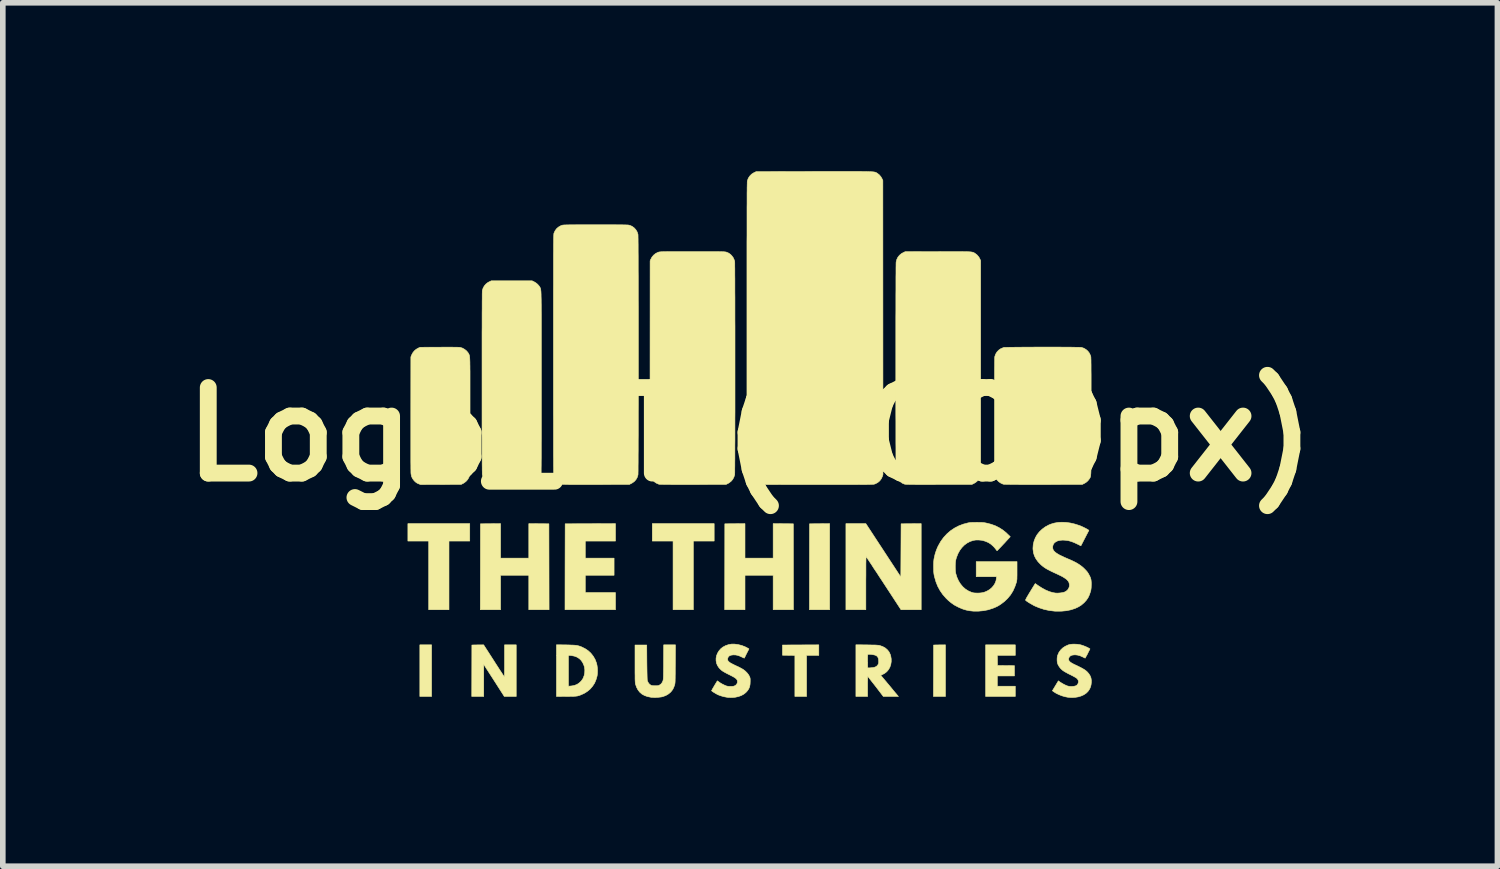
<source format=kicad_pcb>
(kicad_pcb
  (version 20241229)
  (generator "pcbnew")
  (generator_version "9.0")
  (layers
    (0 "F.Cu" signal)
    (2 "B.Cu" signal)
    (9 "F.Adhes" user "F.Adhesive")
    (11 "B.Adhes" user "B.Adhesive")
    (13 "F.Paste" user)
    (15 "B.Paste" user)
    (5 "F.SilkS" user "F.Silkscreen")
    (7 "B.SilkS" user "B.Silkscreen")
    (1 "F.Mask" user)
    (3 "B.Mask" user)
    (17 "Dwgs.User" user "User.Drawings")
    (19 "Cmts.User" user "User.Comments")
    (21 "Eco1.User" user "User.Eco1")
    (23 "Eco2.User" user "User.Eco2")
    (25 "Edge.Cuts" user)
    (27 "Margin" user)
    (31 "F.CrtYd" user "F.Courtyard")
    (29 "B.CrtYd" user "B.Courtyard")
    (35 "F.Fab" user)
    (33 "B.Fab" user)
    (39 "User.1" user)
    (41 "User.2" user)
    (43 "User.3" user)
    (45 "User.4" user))
  (footprint "Logo_TTI(5000px)"
    (layer "F.Cu")
    (at 10.312 4.688)
    (property "Reference" "Logo_TTI(5000px)" (at 0 0 0) (layer "F.SilkS") (effects (font (size 1.524 1.524) (thickness 0.3))))
    (attr through_hole)
    (fp_poly (pts (xy -5.674 4.669) (xy -5.883 4.669) (xy -5.883 3.749) (xy -5.674 3.749) (xy -5.674 4.669)) (stroke (width 0.01) (type solid)) (fill yes) (layer "F.SilkS"))
    (fp_poly (pts (xy 1.417 3.124) (xy 1.057 3.124) (xy 1.058 2.358) (xy 1.059 1.593) (xy 1.417 1.59) (xy 1.417 3.124)) (stroke (width 0.01) (type solid)) (fill yes) (layer "F.SilkS"))
    (fp_poly (pts (xy 3.48 4.669) (xy 3.266 4.669) (xy 3.268 4.21) (xy 3.269 3.752) (xy 3.374 3.75) (xy 3.48 3.749) (xy 3.48 4.669)) (stroke (width 0.01) (type solid)) (fill yes) (layer "F.SilkS"))
    (fp_poly (pts (xy -4.994 1.9) (xy -5.364 1.9) (xy -5.364 3.124) (xy -5.725 3.124) (xy -5.725 1.9) (xy -6.096 1.9) (xy -6.096 1.59) (xy -4.994 1.59) (xy -4.994 1.9)) (stroke (width 0.01) (type solid)) (fill yes) (layer "F.SilkS"))
    (fp_poly (pts (xy -0.64 1.9) (xy -1.011 1.9) (xy -1.011 3.124) (xy -1.372 3.124) (xy -1.372 1.9) (xy -1.742 1.9) (xy -1.742 1.59) (xy -0.64 1.59) (xy -0.64 1.9)) (stroke (width 0.01) (type solid)) (fill yes) (layer "F.SilkS"))
    (fp_poly (pts (xy 1.224 3.937) (xy 1.006 3.937) (xy 1.006 4.669) (xy 0.798 4.669) (xy 0.798 3.937) (xy 0.577 3.934) (xy 0.577 3.752) (xy 1.224 3.749) (xy 1.224 3.937)) (stroke (width 0.01) (type solid)) (fill yes) (layer "F.SilkS"))
    (fp_poly (pts (xy -3.584 1.593) (xy -3.581 3.124) (xy -3.942 3.124) (xy -3.942 2.51) (xy -4.445 2.51) (xy -4.445 3.124) (xy -4.806 3.124) (xy -4.804 2.358) (xy -4.803 1.593) (xy -4.445 1.59) (xy -4.445 2.205) (xy -3.942 2.205) (xy -3.942 1.59) (xy -3.584 1.593)) (stroke (width 0.01) (type solid)) (fill yes) (layer "F.SilkS"))
    (fp_poly (pts (xy -2.398 1.9) (xy -2.936 1.9) (xy -2.936 2.205) (xy -2.423 2.205) (xy -2.423 2.51) (xy -2.936 2.51) (xy -2.936 2.819) (xy -2.398 2.819) (xy -2.398 3.124) (xy -3.297 3.124) (xy -3.296 2.358) (xy -3.294 1.593) (xy -2.398 1.59) (xy -2.398 1.9)) (stroke (width 0.01) (type solid)) (fill yes) (layer "F.SilkS"))
    (fp_poly (pts (xy 0.77 1.593) (xy 0.772 3.124) (xy 0.411 3.124) (xy 0.411 2.51) (xy -0.091 2.51) (xy -0.091 3.124) (xy -0.452 3.124) (xy -0.451 2.358) (xy -0.45 1.593) (xy -0.091 1.59) (xy -0.091 2.205) (xy 0.411 2.205) (xy 0.411 1.59) (xy 0.77 1.593)) (stroke (width 0.01) (type solid)) (fill yes) (layer "F.SilkS"))
    (fp_poly (pts (xy 4.724 3.937) (xy 4.404 3.937) (xy 4.406 4.027) (xy 4.407 4.117) (xy 4.558 4.119) (xy 4.709 4.12) (xy 4.709 4.303) (xy 4.404 4.303) (xy 4.404 4.486) (xy 4.724 4.486) (xy 4.724 4.669) (xy 4.196 4.669) (xy 4.196 3.749) (xy 4.724 3.749) (xy 4.724 3.937)) (stroke (width 0.01) (type solid)) (fill yes) (layer "F.SilkS"))
    (fp_poly (pts (xy -4.564 4.033) (xy -4.533 4.082) (xy -4.503 4.128) (xy -4.476 4.17) (xy -4.451 4.209) (xy -4.428 4.243) (xy -4.41 4.271) (xy -4.395 4.293) (xy -4.384 4.309) (xy -4.379 4.317) (xy -4.378 4.318) (xy -4.377 4.313) (xy -4.376 4.299) (xy -4.376 4.276) (xy -4.375 4.246) (xy -4.375 4.21) (xy -4.374 4.168) (xy -4.374 4.121) (xy -4.374 4.07) (xy -4.374 4.034) (xy -4.374 3.749) (xy -4.166 3.749) (xy -4.166 4.669) (xy -4.378 4.669) (xy -4.561 4.383) (xy -4.745 4.098) (xy -4.745 4.669) (xy -4.958 4.669) (xy -4.957 4.21) (xy -4.956 3.752) (xy -4.851 3.75) (xy -4.747 3.749) (xy -4.564 4.033)) (stroke (width 0.01) (type solid)) (fill yes) (layer "F.SilkS"))
    (fp_poly (pts (xy 3.048 3.124) (xy 2.689 3.124) (xy 2.383 2.656) (xy 2.342 2.593) (xy 2.302 2.533) (xy 2.265 2.475) (xy 2.229 2.422) (xy 2.196 2.372) (xy 2.167 2.326) (xy 2.14 2.286) (xy 2.117 2.251) (xy 2.098 2.223) (xy 2.084 2.201) (xy 2.074 2.186) (xy 2.07 2.18) (xy 2.069 2.18) (xy 2.068 2.18) (xy 2.067 2.183) (xy 2.066 2.19) (xy 2.065 2.201) (xy 2.065 2.217) (xy 2.064 2.239) (xy 2.064 2.266) (xy 2.063 2.3) (xy 2.063 2.341) (xy 2.063 2.39) (xy 2.063 2.447) (xy 2.063 2.512) (xy 2.062 2.587) (xy 2.062 2.648) (xy 2.062 3.124) (xy 1.707 3.124) (xy 1.707 1.59) (xy 2.062 1.59) (xy 2.685 2.541) (xy 2.69 1.593) (xy 3.048 1.59) (xy 3.048 3.124)) (stroke (width 0.01) (type solid)) (fill yes) (layer "F.SilkS"))
    (fp_poly (pts (xy -3.283 3.75) (xy -3.231 3.751) (xy -3.187 3.753) (xy -3.151 3.754) (xy -3.121 3.756) (xy -3.095 3.759) (xy -3.073 3.763) (xy -3.053 3.768) (xy -3.034 3.774) (xy -3.014 3.781) (xy -3.002 3.786) (xy -2.939 3.817) (xy -2.883 3.855) (xy -2.835 3.9) (xy -2.794 3.952) (xy -2.761 4.009) (xy -2.737 4.072) (xy -2.735 4.077) (xy -2.726 4.118) (xy -2.72 4.165) (xy -2.718 4.214) (xy -2.72 4.261) (xy -2.725 4.303) (xy -2.744 4.369) (xy -2.77 4.431) (xy -2.806 4.486) (xy -2.848 4.535) (xy -2.899 4.578) (xy -2.956 4.614) (xy -3.019 4.642) (xy -3.046 4.652) (xy -3.059 4.655) (xy -3.069 4.658) (xy -3.08 4.661) (xy -3.092 4.662) (xy -3.107 4.664) (xy -3.125 4.665) (xy -3.148 4.666) (xy -3.177 4.666) (xy -3.214 4.667) (xy -3.26 4.667) (xy -3.27 4.667) (xy -3.449 4.669) (xy -3.449 4.486) (xy -3.236 4.486) (xy -3.197 4.483) (xy -3.171 4.48) (xy -3.144 4.475) (xy -3.124 4.47) (xy -3.081 4.453) (xy -3.042 4.426) (xy -3.007 4.393) (xy -2.98 4.354) (xy -2.974 4.343) (xy -2.956 4.297) (xy -2.946 4.247) (xy -2.944 4.195) (xy -2.951 4.145) (xy -2.959 4.118) (xy -2.98 4.069) (xy -3.008 4.027) (xy -3.042 3.994) (xy -3.083 3.968) (xy -3.131 3.95) (xy -3.184 3.94) (xy -3.193 3.939) (xy -3.236 3.936) (xy -3.236 4.486) (xy -3.449 4.486) (xy -3.449 3.748) (xy -3.283 3.75)) (stroke (width 0.01) (type solid)) (fill yes) (layer "F.SilkS"))
    (fp_poly (pts (xy -1.332 4.088) (xy -1.333 4.155) (xy -1.333 4.213) (xy -1.333 4.262) (xy -1.334 4.304) (xy -1.334 4.338) (xy -1.335 4.367) (xy -1.335 4.39) (xy -1.336 4.408) (xy -1.337 4.423) (xy -1.338 4.434) (xy -1.34 4.444) (xy -1.341 4.452) (xy -1.343 4.459) (xy -1.344 4.463) (xy -1.36 4.507) (xy -1.378 4.544) (xy -1.402 4.576) (xy -1.418 4.594) (xy -1.457 4.626) (xy -1.502 4.652) (xy -1.554 4.671) (xy -1.573 4.676) (xy -1.602 4.68) (xy -1.638 4.684) (xy -1.676 4.686) (xy -1.714 4.686) (xy -1.748 4.685) (xy -1.765 4.683) (xy -1.826 4.671) (xy -1.88 4.652) (xy -1.927 4.626) (xy -1.966 4.592) (xy -1.998 4.551) (xy -2.023 4.503) (xy -2.04 4.453) (xy -2.042 4.445) (xy -2.044 4.437) (xy -2.045 4.427) (xy -2.046 4.415) (xy -2.047 4.4) (xy -2.048 4.381) (xy -2.049 4.357) (xy -2.049 4.328) (xy -2.049 4.293) (xy -2.05 4.25) (xy -2.05 4.2) (xy -2.05 4.141) (xy -2.05 4.084) (xy -2.05 3.752) (xy -1.841 3.752) (xy -1.839 4.061) (xy -1.838 4.133) (xy -1.837 4.196) (xy -1.836 4.248) (xy -1.835 4.292) (xy -1.834 4.328) (xy -1.833 4.355) (xy -1.832 4.374) (xy -1.831 4.386) (xy -1.83 4.389) (xy -1.815 4.421) (xy -1.795 4.447) (xy -1.772 4.465) (xy -1.77 4.466) (xy -1.757 4.472) (xy -1.744 4.475) (xy -1.728 4.477) (xy -1.707 4.478) (xy -1.692 4.478) (xy -1.666 4.478) (xy -1.648 4.477) (xy -1.634 4.474) (xy -1.622 4.47) (xy -1.613 4.465) (xy -1.587 4.447) (xy -1.566 4.42) (xy -1.551 4.386) (xy -1.551 4.384) (xy -1.549 4.377) (xy -1.548 4.368) (xy -1.546 4.357) (xy -1.545 4.342) (xy -1.544 4.323) (xy -1.543 4.299) (xy -1.543 4.269) (xy -1.542 4.233) (xy -1.542 4.189) (xy -1.541 4.137) (xy -1.541 4.075) (xy -1.541 4.053) (xy -1.539 3.749) (xy -1.33 3.749) (xy -1.332 4.088)) (stroke (width 0.01) (type solid)) (fill yes) (layer "F.SilkS"))
    (fp_poly (pts (xy 2.082 3.75) (xy 2.134 3.751) (xy 2.177 3.752) (xy 2.212 3.752) (xy 2.24 3.753) (xy 2.262 3.755) (xy 2.279 3.756) (xy 2.292 3.758) (xy 2.303 3.76) (xy 2.309 3.761) (xy 2.363 3.78) (xy 2.408 3.805) (xy 2.445 3.837) (xy 2.475 3.874) (xy 2.496 3.918) (xy 2.505 3.945) (xy 2.514 3.999) (xy 2.514 4.051) (xy 2.506 4.101) (xy 2.49 4.148) (xy 2.466 4.19) (xy 2.435 4.227) (xy 2.397 4.257) (xy 2.354 4.28) (xy 2.353 4.28) (xy 2.327 4.291) (xy 2.463 4.453) (xy 2.493 4.489) (xy 2.522 4.524) (xy 2.548 4.556) (xy 2.572 4.585) (xy 2.592 4.609) (xy 2.608 4.627) (xy 2.618 4.64) (xy 2.62 4.642) (xy 2.643 4.669) (xy 2.374 4.669) (xy 2.238 4.491) (xy 2.209 4.454) (xy 2.182 4.42) (xy 2.158 4.389) (xy 2.137 4.362) (xy 2.12 4.34) (xy 2.107 4.324) (xy 2.099 4.315) (xy 2.097 4.313) (xy 2.096 4.318) (xy 2.095 4.332) (xy 2.094 4.354) (xy 2.094 4.382) (xy 2.093 4.416) (xy 2.093 4.454) (xy 2.093 4.491) (xy 2.093 4.669) (xy 1.885 4.669) (xy 1.885 4.038) (xy 2.093 4.038) (xy 2.093 4.071) (xy 2.094 4.101) (xy 2.094 4.126) (xy 2.095 4.145) (xy 2.096 4.156) (xy 2.097 4.158) (xy 2.104 4.159) (xy 2.118 4.16) (xy 2.138 4.159) (xy 2.16 4.157) (xy 2.182 4.155) (xy 2.202 4.152) (xy 2.217 4.148) (xy 2.217 4.148) (xy 2.246 4.136) (xy 2.267 4.118) (xy 2.281 4.097) (xy 2.287 4.083) (xy 2.29 4.069) (xy 2.291 4.052) (xy 2.29 4.032) (xy 2.287 3.999) (xy 2.278 3.974) (xy 2.264 3.954) (xy 2.243 3.939) (xy 2.214 3.929) (xy 2.176 3.922) (xy 2.162 3.92) (xy 2.139 3.918) (xy 2.12 3.917) (xy 2.106 3.918) (xy 2.101 3.918) (xy 2.099 3.92) (xy 2.097 3.925) (xy 2.095 3.932) (xy 2.094 3.945) (xy 2.093 3.964) (xy 2.093 3.99) (xy 2.093 4.025) (xy 2.093 4.038) (xy 1.885 4.038) (xy 1.885 3.748) (xy 2.082 3.75)) (stroke (width 0.01) (type solid)) (fill yes) (layer "F.SilkS"))
    (fp_poly (pts (xy -5.324 -1.554) (xy -5.274 -1.553) (xy -5.234 -1.553) (xy -5.202 -1.552) (xy -5.18 -1.551) (xy -5.166 -1.55) (xy -5.163 -1.549) (xy -5.124 -1.537) (xy -5.087 -1.516) (xy -5.054 -1.49) (xy -5.027 -1.459) (xy -5.014 -1.439) (xy -5.012 -1.433) (xy -5.009 -1.428) (xy -5.006 -1.423) (xy -5.004 -1.417) (xy -5.002 -1.411) (xy -5 -1.404) (xy -4.998 -1.395) (xy -4.997 -1.384) (xy -4.995 -1.371) (xy -4.994 -1.355) (xy -4.993 -1.335) (xy -4.992 -1.312) (xy -4.991 -1.285) (xy -4.991 -1.253) (xy -4.99 -1.217) (xy -4.99 -1.174) (xy -4.989 -1.126) (xy -4.989 -1.072) (xy -4.989 -1.011) (xy -4.989 -0.943) (xy -4.989 -0.868) (xy -4.989 -0.784) (xy -4.989 -0.693) (xy -4.989 -0.592) (xy -4.989 -0.482) (xy -4.989 -0.363) (xy -4.989 -0.332) (xy -4.989 -0.2) (xy -4.989 -0.079) (xy -4.989 0.034) (xy -4.989 0.136) (xy -4.989 0.23) (xy -4.989 0.314) (xy -4.99 0.39) (xy -4.99 0.457) (xy -4.99 0.517) (xy -4.991 0.568) (xy -4.991 0.611) (xy -4.992 0.647) (xy -4.992 0.676) (xy -4.993 0.698) (xy -4.993 0.713) (xy -4.994 0.721) (xy -4.994 0.722) (xy -5.009 0.766) (xy -5.032 0.806) (xy -5.063 0.84) (xy -5.1 0.867) (xy -5.114 0.875) (xy -5.148 0.892) (xy -5.509 0.893) (xy -5.87 0.894) (xy -5.901 0.882) (xy -5.925 0.872) (xy -5.945 0.86) (xy -5.964 0.845) (xy -5.985 0.824) (xy -5.986 0.823) (xy -6.011 0.79) (xy -6.029 0.754) (xy -6.039 0.711) (xy -6.04 0.703) (xy -6.041 0.693) (xy -6.042 0.673) (xy -6.042 0.643) (xy -6.043 0.603) (xy -6.043 0.554) (xy -6.044 0.495) (xy -6.044 0.427) (xy -6.044 0.348) (xy -6.044 0.26) (xy -6.044 0.161) (xy -6.044 0.053) (xy -6.044 -0.066) (xy -6.044 -0.194) (xy -6.044 -0.333) (xy -6.044 -0.358) (xy -6.043 -1.379) (xy -6.032 -1.409) (xy -6.011 -1.45) (xy -5.983 -1.486) (xy -5.948 -1.516) (xy -5.909 -1.538) (xy -5.905 -1.54) (xy -5.875 -1.552) (xy -5.532 -1.553) (xy -5.453 -1.554) (xy -5.384 -1.554) (xy -5.324 -1.554)) (stroke (width 0.01) (type solid)) (fill yes) (layer "F.SilkS"))
    (fp_poly (pts (xy 3.709 -3.256) (xy 3.759 -3.256) (xy 3.802 -3.255) (xy 3.839 -3.255) (xy 3.87 -3.254) (xy 3.896 -3.253) (xy 3.918 -3.252) (xy 3.936 -3.25) (xy 3.951 -3.248) (xy 3.963 -3.245) (xy 3.973 -3.243) (xy 3.982 -3.239) (xy 3.989 -3.236) (xy 3.996 -3.231) (xy 4.004 -3.227) (xy 4.012 -3.221) (xy 4.012 -3.221) (xy 4.048 -3.192) (xy 4.077 -3.156) (xy 4.093 -3.126) (xy 4.107 -3.096) (xy 4.107 0.734) (xy 4.091 0.768) (xy 4.067 0.809) (xy 4.036 0.842) (xy 3.997 0.868) (xy 3.989 0.873) (xy 3.95 0.892) (xy 3.361 0.892) (xy 3.271 0.893) (xy 3.19 0.893) (xy 3.119 0.893) (xy 3.056 0.893) (xy 3.001 0.893) (xy 2.953 0.893) (xy 2.912 0.892) (xy 2.877 0.892) (xy 2.848 0.892) (xy 2.823 0.891) (xy 2.804 0.891) (xy 2.788 0.89) (xy 2.776 0.889) (xy 2.766 0.889) (xy 2.758 0.888) (xy 2.753 0.886) (xy 2.748 0.885) (xy 2.745 0.884) (xy 2.711 0.869) (xy 2.68 0.847) (xy 2.655 0.823) (xy 2.629 0.788) (xy 2.611 0.749) (xy 2.601 0.709) (xy 2.601 0.7) (xy 2.6 0.682) (xy 2.6 0.655) (xy 2.6 0.619) (xy 2.599 0.575) (xy 2.599 0.523) (xy 2.598 0.463) (xy 2.598 0.396) (xy 2.598 0.322) (xy 2.598 0.242) (xy 2.597 0.156) (xy 2.597 0.066) (xy 2.597 -0.03) (xy 2.597 -0.131) (xy 2.597 -0.235) (xy 2.596 -0.343) (xy 2.596 -0.454) (xy 2.596 -0.568) (xy 2.596 -0.684) (xy 2.596 -0.802) (xy 2.596 -0.921) (xy 2.596 -1.041) (xy 2.596 -1.162) (xy 2.596 -1.282) (xy 2.596 -1.403) (xy 2.596 -1.522) (xy 2.596 -1.641) (xy 2.596 -1.757) (xy 2.596 -1.872) (xy 2.596 -1.984) (xy 2.596 -2.093) (xy 2.597 -2.198) (xy 2.597 -2.3) (xy 2.597 -2.397) (xy 2.597 -2.49) (xy 2.598 -2.577) (xy 2.598 -2.659) (xy 2.598 -2.735) (xy 2.598 -2.804) (xy 2.599 -2.866) (xy 2.599 -2.921) (xy 2.599 -2.968) (xy 2.6 -3.007) (xy 2.6 -3.037) (xy 2.601 -3.058) (xy 2.601 -3.069) (xy 2.601 -3.07) (xy 2.613 -3.115) (xy 2.633 -3.156) (xy 2.661 -3.191) (xy 2.697 -3.221) (xy 2.727 -3.237) (xy 2.761 -3.254) (xy 3.34 -3.255) (xy 3.432 -3.256) (xy 3.514 -3.256) (xy 3.588 -3.256) (xy 3.652 -3.256) (xy 3.709 -3.256)) (stroke (width 0.01) (type solid)) (fill yes) (layer "F.SilkS"))
    (fp_poly (pts (xy 5.828 3.739) (xy 5.867 3.745) (xy 5.893 3.75) (xy 5.947 3.768) (xy 5.999 3.79) (xy 6.034 3.808) (xy 6.055 3.821) (xy 6.034 3.862) (xy 6.021 3.888) (xy 6.007 3.917) (xy 5.993 3.943) (xy 5.991 3.945) (xy 5.969 3.986) (xy 5.926 3.965) (xy 5.879 3.944) (xy 5.835 3.932) (xy 5.792 3.927) (xy 5.771 3.928) (xy 5.74 3.932) (xy 5.716 3.94) (xy 5.698 3.953) (xy 5.686 3.967) (xy 5.678 3.983) (xy 5.674 3.999) (xy 5.674 4.002) (xy 5.676 4.019) (xy 5.683 4.035) (xy 5.695 4.049) (xy 5.714 4.064) (xy 5.74 4.08) (xy 5.775 4.098) (xy 5.79 4.105) (xy 5.841 4.129) (xy 5.883 4.15) (xy 5.919 4.169) (xy 5.948 4.186) (xy 5.972 4.202) (xy 5.992 4.218) (xy 6.01 4.235) (xy 6.026 4.254) (xy 6.036 4.266) (xy 6.059 4.303) (xy 6.073 4.34) (xy 6.079 4.381) (xy 6.079 4.416) (xy 6.075 4.455) (xy 6.068 4.487) (xy 6.057 4.517) (xy 6.045 4.541) (xy 6.019 4.579) (xy 5.986 4.611) (xy 5.944 4.639) (xy 5.897 4.66) (xy 5.844 4.676) (xy 5.787 4.685) (xy 5.726 4.688) (xy 5.662 4.683) (xy 5.662 4.683) (xy 5.61 4.673) (xy 5.555 4.657) (xy 5.502 4.636) (xy 5.452 4.612) (xy 5.414 4.588) (xy 5.385 4.567) (xy 5.439 4.478) (xy 5.492 4.39) (xy 5.518 4.41) (xy 5.545 4.427) (xy 5.577 4.446) (xy 5.61 4.463) (xy 5.642 4.477) (xy 5.652 4.481) (xy 5.681 4.488) (xy 5.715 4.491) (xy 5.725 4.491) (xy 5.765 4.488) (xy 5.797 4.481) (xy 5.821 4.468) (xy 5.837 4.449) (xy 5.847 4.424) (xy 5.847 4.424) (xy 5.85 4.408) (xy 5.849 4.395) (xy 5.844 4.379) (xy 5.843 4.377) (xy 5.837 4.366) (xy 5.829 4.355) (xy 5.818 4.344) (xy 5.802 4.333) (xy 5.781 4.321) (xy 5.754 4.306) (xy 5.719 4.288) (xy 5.697 4.277) (xy 5.666 4.262) (xy 5.636 4.245) (xy 5.608 4.23) (xy 5.586 4.216) (xy 5.571 4.206) (xy 5.536 4.175) (xy 5.507 4.139) (xy 5.485 4.1) (xy 5.481 4.091) (xy 5.472 4.059) (xy 5.469 4.021) (xy 5.47 3.982) (xy 5.476 3.945) (xy 5.481 3.931) (xy 5.502 3.883) (xy 5.532 3.841) (xy 5.569 3.805) (xy 5.614 3.775) (xy 5.664 3.752) (xy 5.682 3.746) (xy 5.711 3.74) (xy 5.747 3.737) (xy 5.787 3.737) (xy 5.828 3.739)) (stroke (width 0.01) (type solid)) (fill yes) (layer "F.SilkS"))
    (fp_poly (pts (xy -0.21 3.745) (xy -0.144 3.762) (xy -0.082 3.787) (xy -0.042 3.808) (xy -0.02 3.821) (xy -0.062 3.903) (xy -0.075 3.929) (xy -0.086 3.952) (xy -0.095 3.97) (xy -0.101 3.982) (xy -0.103 3.986) (xy -0.108 3.984) (xy -0.12 3.979) (xy -0.137 3.971) (xy -0.15 3.965) (xy -0.19 3.947) (xy -0.226 3.935) (xy -0.26 3.929) (xy -0.294 3.928) (xy -0.303 3.928) (xy -0.338 3.933) (xy -0.365 3.943) (xy -0.385 3.959) (xy -0.396 3.981) (xy -0.4 3.997) (xy -0.4 4.012) (xy -0.397 4.026) (xy -0.389 4.04) (xy -0.375 4.053) (xy -0.356 4.068) (xy -0.329 4.083) (xy -0.294 4.101) (xy -0.251 4.122) (xy -0.244 4.125) (xy -0.213 4.139) (xy -0.183 4.154) (xy -0.156 4.169) (xy -0.134 4.181) (xy -0.121 4.189) (xy -0.086 4.216) (xy -0.054 4.248) (xy -0.028 4.281) (xy -0.013 4.308) (xy -0.006 4.323) (xy -0.002 4.335) (xy 0.001 4.348) (xy 0.002 4.364) (xy 0.002 4.386) (xy 0.002 4.402) (xy -0.000158 4.451) (xy -0.008 4.494) (xy -0.023 4.531) (xy -0.045 4.565) (xy -0.075 4.598) (xy -0.075 4.598) (xy -0.113 4.628) (xy -0.159 4.653) (xy -0.211 4.671) (xy -0.267 4.683) (xy -0.327 4.688) (xy -0.388 4.686) (xy -0.411 4.683) (xy -0.466 4.673) (xy -0.522 4.657) (xy -0.565 4.641) (xy -0.584 4.632) (xy -0.606 4.62) (xy -0.628 4.607) (xy -0.649 4.594) (xy -0.667 4.583) (xy -0.679 4.573) (xy -0.686 4.566) (xy -0.686 4.565) (xy -0.683 4.56) (xy -0.676 4.547) (xy -0.666 4.528) (xy -0.652 4.505) (xy -0.637 4.479) (xy -0.635 4.475) (xy -0.583 4.39) (xy -0.554 4.411) (xy -0.527 4.43) (xy -0.495 4.448) (xy -0.463 4.464) (xy -0.433 4.477) (xy -0.417 4.483) (xy -0.391 4.488) (xy -0.36 4.49) (xy -0.329 4.49) (xy -0.3 4.487) (xy -0.283 4.483) (xy -0.257 4.469) (xy -0.239 4.45) (xy -0.227 4.426) (xy -0.225 4.4) (xy -0.228 4.384) (xy -0.234 4.37) (xy -0.245 4.357) (xy -0.26 4.343) (xy -0.282 4.328) (xy -0.312 4.311) (xy -0.349 4.292) (xy -0.361 4.286) (xy -0.405 4.264) (xy -0.441 4.245) (xy -0.471 4.228) (xy -0.495 4.213) (xy -0.515 4.197) (xy -0.533 4.18) (xy -0.55 4.162) (xy -0.555 4.156) (xy -0.581 4.117) (xy -0.598 4.075) (xy -0.606 4.031) (xy -0.606 3.986) (xy -0.597 3.941) (xy -0.58 3.898) (xy -0.555 3.857) (xy -0.523 3.82) (xy -0.486 3.79) (xy -0.438 3.764) (xy -0.386 3.746) (xy -0.331 3.736) (xy -0.276 3.736) (xy -0.21 3.745)) (stroke (width 0.01) (type solid)) (fill yes) (layer "F.SilkS"))
    (fp_poly (pts (xy -3.849 -2.719) (xy -3.817 -2.7) (xy -3.786 -2.675) (xy -3.761 -2.647) (xy -3.747 -2.627) (xy -3.744 -2.622) (xy -3.742 -2.618) (xy -3.74 -2.614) (xy -3.738 -2.61) (xy -3.736 -2.606) (xy -3.734 -2.6) (xy -3.732 -2.594) (xy -3.73 -2.586) (xy -3.729 -2.577) (xy -3.728 -2.565) (xy -3.726 -2.551) (xy -3.725 -2.534) (xy -3.724 -2.514) (xy -3.723 -2.49) (xy -3.723 -2.463) (xy -3.722 -2.432) (xy -3.721 -2.396) (xy -3.721 -2.355) (xy -3.72 -2.309) (xy -3.72 -2.258) (xy -3.72 -2.201) (xy -3.719 -2.138) (xy -3.719 -2.068) (xy -3.719 -1.992) (xy -3.719 -1.909) (xy -3.719 -1.818) (xy -3.719 -1.719) (xy -3.719 -1.612) (xy -3.719 -1.497) (xy -3.719 -1.373) (xy -3.719 -1.24) (xy -3.719 -1.097) (xy -3.719 -0.945) (xy -3.719 -0.925) (xy -3.719 -0.761) (xy -3.719 -0.605) (xy -3.719 -0.457) (xy -3.719 -0.317) (xy -3.719 -0.185) (xy -3.719 -0.062) (xy -3.719 0.052) (xy -3.72 0.158) (xy -3.72 0.256) (xy -3.72 0.344) (xy -3.72 0.423) (xy -3.721 0.493) (xy -3.721 0.553) (xy -3.722 0.604) (xy -3.722 0.646) (xy -3.722 0.678) (xy -3.723 0.7) (xy -3.723 0.712) (xy -3.724 0.714) (xy -3.736 0.756) (xy -3.756 0.796) (xy -3.785 0.831) (xy -3.819 0.86) (xy -3.845 0.875) (xy -3.879 0.892) (xy -4.239 0.893) (xy -4.309 0.893) (xy -4.369 0.893) (xy -4.42 0.893) (xy -4.463 0.893) (xy -4.499 0.893) (xy -4.529 0.893) (xy -4.553 0.892) (xy -4.573 0.892) (xy -4.588 0.891) (xy -4.599 0.89) (xy -4.608 0.889) (xy -4.616 0.887) (xy -4.622 0.886) (xy -4.627 0.884) (xy -4.628 0.884) (xy -4.67 0.863) (xy -4.707 0.835) (xy -4.736 0.8) (xy -4.758 0.759) (xy -4.77 0.716) (xy -4.771 0.709) (xy -4.771 0.692) (xy -4.771 0.665) (xy -4.772 0.63) (xy -4.772 0.586) (xy -4.773 0.535) (xy -4.773 0.476) (xy -4.773 0.411) (xy -4.774 0.339) (xy -4.774 0.261) (xy -4.774 0.178) (xy -4.774 0.089) (xy -4.775 -0.004) (xy -4.775 -0.1) (xy -4.775 -0.201) (xy -4.775 -0.305) (xy -4.775 -0.411) (xy -4.775 -0.519) (xy -4.775 -0.629) (xy -4.775 -0.741) (xy -4.775 -0.853) (xy -4.775 -0.965) (xy -4.775 -1.077) (xy -4.775 -1.189) (xy -4.775 -1.299) (xy -4.775 -1.408) (xy -4.775 -1.515) (xy -4.775 -1.619) (xy -4.775 -1.72) (xy -4.775 -1.818) (xy -4.774 -1.912) (xy -4.774 -2.001) (xy -4.774 -2.086) (xy -4.774 -2.165) (xy -4.773 -2.239) (xy -4.773 -2.306) (xy -4.773 -2.366) (xy -4.772 -2.419) (xy -4.772 -2.464) (xy -4.772 -2.502) (xy -4.771 -2.53) (xy -4.771 -2.55) (xy -4.77 -2.56) (xy -4.77 -2.561) (xy -4.757 -2.604) (xy -4.735 -2.644) (xy -4.705 -2.679) (xy -4.669 -2.707) (xy -4.647 -2.718) (xy -4.61 -2.736) (xy -3.884 -2.736) (xy -3.849 -2.719)) (stroke (width 0.01) (type solid)) (fill yes) (layer "F.SilkS"))
    (fp_poly (pts (xy 5.374 -1.555) (xy 5.445 -1.555) (xy 5.514 -1.555) (xy 5.579 -1.554) (xy 5.641 -1.554) (xy 5.697 -1.554) (xy 5.749 -1.553) (xy 5.794 -1.552) (xy 5.833 -1.552) (xy 5.864 -1.551) (xy 5.887 -1.55) (xy 5.901 -1.549) (xy 5.904 -1.549) (xy 5.945 -1.535) (xy 5.983 -1.513) (xy 6.016 -1.484) (xy 6.043 -1.449) (xy 6.062 -1.409) (xy 6.07 -1.383) (xy 6.071 -1.376) (xy 6.071 -1.363) (xy 6.072 -1.343) (xy 6.073 -1.316) (xy 6.073 -1.282) (xy 6.074 -1.241) (xy 6.074 -1.192) (xy 6.074 -1.135) (xy 6.075 -1.069) (xy 6.075 -0.996) (xy 6.075 -0.914) (xy 6.075 -0.822) (xy 6.075 -0.722) (xy 6.076 -0.613) (xy 6.076 -0.493) (xy 6.076 -0.364) (xy 6.076 -0.326) (xy 6.076 -0.204) (xy 6.076 -0.091) (xy 6.076 0.013) (xy 6.076 0.107) (xy 6.076 0.193) (xy 6.076 0.271) (xy 6.075 0.341) (xy 6.075 0.404) (xy 6.075 0.461) (xy 6.075 0.511) (xy 6.074 0.555) (xy 6.074 0.593) (xy 6.073 0.626) (xy 6.072 0.655) (xy 6.071 0.679) (xy 6.07 0.7) (xy 6.068 0.717) (xy 6.067 0.731) (xy 6.065 0.743) (xy 6.063 0.752) (xy 6.061 0.76) (xy 6.059 0.766) (xy 6.056 0.772) (xy 6.053 0.777) (xy 6.05 0.782) (xy 6.047 0.787) (xy 6.044 0.792) (xy 6.017 0.827) (xy 5.982 0.857) (xy 5.949 0.876) (xy 5.916 0.892) (xy 5.222 0.893) (xy 5.12 0.893) (xy 5.028 0.893) (xy 4.945 0.893) (xy 4.871 0.893) (xy 4.805 0.893) (xy 4.747 0.892) (xy 4.697 0.892) (xy 4.653 0.892) (xy 4.617 0.891) (xy 4.586 0.891) (xy 4.561 0.89) (xy 4.542 0.89) (xy 4.527 0.889) (xy 4.517 0.888) (xy 4.51 0.887) (xy 4.508 0.887) (xy 4.466 0.868) (xy 4.428 0.842) (xy 4.397 0.809) (xy 4.386 0.792) (xy 4.382 0.786) (xy 4.378 0.781) (xy 4.375 0.776) (xy 4.373 0.771) (xy 4.37 0.765) (xy 4.368 0.758) (xy 4.366 0.75) (xy 4.364 0.741) (xy 4.362 0.728) (xy 4.36 0.714) (xy 4.359 0.696) (xy 4.358 0.675) (xy 4.357 0.649) (xy 4.356 0.62) (xy 4.356 0.585) (xy 4.355 0.546) (xy 4.355 0.5) (xy 4.354 0.449) (xy 4.354 0.392) (xy 4.354 0.327) (xy 4.354 0.255) (xy 4.354 0.176) (xy 4.354 0.088) (xy 4.354 -0.008) (xy 4.354 -0.113) (xy 4.354 -0.228) (xy 4.354 -0.33) (xy 4.354 -0.467) (xy 4.354 -0.595) (xy 4.354 -0.714) (xy 4.354 -0.823) (xy 4.354 -0.923) (xy 4.355 -1.013) (xy 4.355 -1.094) (xy 4.355 -1.165) (xy 4.356 -1.226) (xy 4.356 -1.278) (xy 4.357 -1.319) (xy 4.357 -1.351) (xy 4.358 -1.373) (xy 4.359 -1.385) (xy 4.359 -1.386) (xy 4.374 -1.429) (xy 4.397 -1.467) (xy 4.428 -1.5) (xy 4.465 -1.526) (xy 4.508 -1.544) (xy 4.519 -1.548) (xy 4.527 -1.549) (xy 4.545 -1.549) (xy 4.572 -1.55) (xy 4.607 -1.551) (xy 4.649 -1.552) (xy 4.697 -1.552) (xy 4.751 -1.553) (xy 4.81 -1.553) (xy 4.874 -1.554) (xy 4.941 -1.554) (xy 5.01 -1.554) (xy 5.082 -1.555) (xy 5.155 -1.555) (xy 5.228 -1.555) (xy 5.302 -1.555) (xy 5.374 -1.555)) (stroke (width 0.01) (type solid)) (fill yes) (layer "F.SilkS"))
    (fp_poly (pts (xy -0.937 -3.256) (xy -0.858 -3.256) (xy -0.788 -3.256) (xy -0.726 -3.256) (xy -0.673 -3.256) (xy -0.626 -3.256) (xy -0.586 -3.256) (xy -0.552 -3.255) (xy -0.524 -3.255) (xy -0.501 -3.254) (xy -0.482 -3.254) (xy -0.467 -3.253) (xy -0.455 -3.252) (xy -0.445 -3.251) (xy -0.438 -3.25) (xy -0.432 -3.249) (xy -0.426 -3.248) (xy -0.421 -3.246) (xy -0.421 -3.246) (xy -0.389 -3.233) (xy -0.363 -3.217) (xy -0.338 -3.195) (xy -0.329 -3.186) (xy -0.301 -3.149) (xy -0.282 -3.107) (xy -0.274 -3.079) (xy -0.274 -3.071) (xy -0.273 -3.054) (xy -0.273 -3.028) (xy -0.273 -2.992) (xy -0.272 -2.949) (xy -0.272 -2.897) (xy -0.272 -2.838) (xy -0.271 -2.771) (xy -0.271 -2.698) (xy -0.271 -2.619) (xy -0.271 -2.534) (xy -0.27 -2.444) (xy -0.27 -2.348) (xy -0.27 -2.248) (xy -0.27 -2.144) (xy -0.27 -2.037) (xy -0.269 -1.926) (xy -0.269 -1.813) (xy -0.269 -1.697) (xy -0.269 -1.579) (xy -0.269 -1.46) (xy -0.269 -1.34) (xy -0.269 -1.219) (xy -0.269 -1.098) (xy -0.269 -0.978) (xy -0.269 -0.858) (xy -0.269 -0.739) (xy -0.269 -0.622) (xy -0.269 -0.507) (xy -0.269 -0.395) (xy -0.27 -0.285) (xy -0.27 -0.179) (xy -0.27 -0.076) (xy -0.27 0.022) (xy -0.27 0.115) (xy -0.271 0.204) (xy -0.271 0.287) (xy -0.271 0.364) (xy -0.271 0.435) (xy -0.272 0.498) (xy -0.272 0.555) (xy -0.273 0.604) (xy -0.273 0.644) (xy -0.273 0.677) (xy -0.274 0.7) (xy -0.274 0.713) (xy -0.274 0.717) (xy -0.288 0.761) (xy -0.31 0.802) (xy -0.34 0.837) (xy -0.377 0.865) (xy -0.395 0.875) (xy -0.429 0.892) (xy -1.019 0.893) (xy -1.112 0.893) (xy -1.197 0.893) (xy -1.272 0.893) (xy -1.338 0.893) (xy -1.396 0.893) (xy -1.446 0.892) (xy -1.489 0.892) (xy -1.526 0.892) (xy -1.555 0.891) (xy -1.58 0.891) (xy -1.598 0.89) (xy -1.612 0.889) (xy -1.622 0.888) (xy -1.628 0.887) (xy -1.628 0.887) (xy -1.671 0.868) (xy -1.709 0.842) (xy -1.74 0.809) (xy -1.763 0.77) (xy -1.775 0.734) (xy -1.776 0.73) (xy -1.777 0.725) (xy -1.777 0.719) (xy -1.778 0.71) (xy -1.778 0.699) (xy -1.779 0.685) (xy -1.779 0.668) (xy -1.78 0.647) (xy -1.78 0.623) (xy -1.78 0.596) (xy -1.781 0.564) (xy -1.781 0.527) (xy -1.781 0.486) (xy -1.781 0.439) (xy -1.782 0.387) (xy -1.782 0.33) (xy -1.782 0.266) (xy -1.782 0.196) (xy -1.782 0.119) (xy -1.782 0.036) (xy -1.782 -0.055) (xy -1.782 -0.154) (xy -1.782 -0.26) (xy -1.782 -0.374) (xy -1.782 -0.497) (xy -1.782 -0.628) (xy -1.782 -0.769) (xy -1.782 -0.919) (xy -1.782 -1.078) (xy -1.782 -1.194) (xy -1.781 -3.091) (xy -1.77 -3.118) (xy -1.748 -3.158) (xy -1.719 -3.193) (xy -1.683 -3.222) (xy -1.644 -3.242) (xy -1.632 -3.246) (xy -1.626 -3.248) (xy -1.621 -3.249) (xy -1.614 -3.25) (xy -1.606 -3.251) (xy -1.596 -3.252) (xy -1.584 -3.253) (xy -1.568 -3.254) (xy -1.548 -3.254) (xy -1.524 -3.255) (xy -1.495 -3.255) (xy -1.46 -3.256) (xy -1.42 -3.256) (xy -1.372 -3.256) (xy -1.317 -3.256) (xy -1.254 -3.256) (xy -1.183 -3.256) (xy -1.103 -3.256) (xy -1.025 -3.256) (xy -0.937 -3.256)) (stroke (width 0.01) (type solid)) (fill yes) (layer "F.SilkS"))
    (fp_poly (pts (xy 5.629 1.568) (xy 5.706 1.579) (xy 5.784 1.597) (xy 5.862 1.622) (xy 5.865 1.623) (xy 5.891 1.633) (xy 5.92 1.646) (xy 5.949 1.66) (xy 5.977 1.674) (xy 6.001 1.687) (xy 6.019 1.697) (xy 6.024 1.701) (xy 6.035 1.71) (xy 5.964 1.847) (xy 5.893 1.985) (xy 5.83 1.954) (xy 5.773 1.927) (xy 5.719 1.907) (xy 5.669 1.893) (xy 5.618 1.886) (xy 5.57 1.883) (xy 5.523 1.887) (xy 5.482 1.896) (xy 5.448 1.912) (xy 5.421 1.932) (xy 5.402 1.958) (xy 5.392 1.989) (xy 5.39 2.011) (xy 5.392 2.032) (xy 5.397 2.051) (xy 5.408 2.07) (xy 5.423 2.088) (xy 5.444 2.106) (xy 5.472 2.125) (xy 5.507 2.146) (xy 5.55 2.167) (xy 5.601 2.191) (xy 5.661 2.217) (xy 5.663 2.218) (xy 5.724 2.244) (xy 5.776 2.269) (xy 5.821 2.293) (xy 5.86 2.317) (xy 5.895 2.342) (xy 5.928 2.368) (xy 5.958 2.397) (xy 5.959 2.398) (xy 5.987 2.427) (xy 6.009 2.453) (xy 6.027 2.481) (xy 6.044 2.513) (xy 6.047 2.518) (xy 6.059 2.543) (xy 6.067 2.566) (xy 6.073 2.588) (xy 6.076 2.612) (xy 6.078 2.642) (xy 6.078 2.677) (xy 6.077 2.71) (xy 6.076 2.735) (xy 6.073 2.757) (xy 6.07 2.778) (xy 6.064 2.8) (xy 6.045 2.857) (xy 6.021 2.908) (xy 5.99 2.954) (xy 5.951 2.997) (xy 5.941 3.006) (xy 5.897 3.043) (xy 5.85 3.072) (xy 5.797 3.097) (xy 5.788 3.101) (xy 5.714 3.125) (xy 5.636 3.141) (xy 5.552 3.149) (xy 5.462 3.15) (xy 5.427 3.149) (xy 5.333 3.138) (xy 5.239 3.118) (xy 5.147 3.088) (xy 5.075 3.058) (xy 5.049 3.045) (xy 5.021 3.029) (xy 4.993 3.013) (xy 4.966 2.997) (xy 4.942 2.981) (xy 4.923 2.968) (xy 4.911 2.958) (xy 4.908 2.955) (xy 4.907 2.951) (xy 4.909 2.944) (xy 4.914 2.934) (xy 4.922 2.918) (xy 4.934 2.896) (xy 4.951 2.868) (xy 4.972 2.832) (xy 4.979 2.821) (xy 4.999 2.788) (xy 5.018 2.757) (xy 5.035 2.729) (xy 5.05 2.705) (xy 5.061 2.687) (xy 5.067 2.677) (xy 5.068 2.676) (xy 5.08 2.657) (xy 5.129 2.692) (xy 5.199 2.737) (xy 5.267 2.774) (xy 5.332 2.801) (xy 5.394 2.819) (xy 5.443 2.827) (xy 5.474 2.828) (xy 5.509 2.826) (xy 5.545 2.822) (xy 5.577 2.816) (xy 5.601 2.809) (xy 5.632 2.792) (xy 5.658 2.769) (xy 5.676 2.741) (xy 5.687 2.71) (xy 5.689 2.678) (xy 5.682 2.645) (xy 5.678 2.634) (xy 5.667 2.615) (xy 5.652 2.597) (xy 5.633 2.579) (xy 5.607 2.561) (xy 5.576 2.541) (xy 5.537 2.52) (xy 5.489 2.497) (xy 5.464 2.485) (xy 5.409 2.46) (xy 5.363 2.438) (xy 5.324 2.418) (xy 5.291 2.401) (xy 5.263 2.384) (xy 5.239 2.368) (xy 5.217 2.352) (xy 5.196 2.335) (xy 5.177 2.318) (xy 5.13 2.269) (xy 5.093 2.218) (xy 5.065 2.164) (xy 5.048 2.108) (xy 5.04 2.049) (xy 5.039 2.028) (xy 5.044 1.963) (xy 5.059 1.9) (xy 5.082 1.841) (xy 5.114 1.785) (xy 5.155 1.734) (xy 5.203 1.689) (xy 5.258 1.648) (xy 5.321 1.614) (xy 5.354 1.6) (xy 5.416 1.581) (xy 5.483 1.569) (xy 5.554 1.565) (xy 5.629 1.568)) (stroke (width 0.01) (type solid)) (fill yes) (layer "F.SilkS"))
    (fp_poly (pts (xy 4.076 1.568) (xy 4.107 1.568) (xy 4.132 1.569) (xy 4.154 1.571) (xy 4.174 1.573) (xy 4.194 1.577) (xy 4.205 1.579) (xy 4.289 1.6) (xy 4.366 1.627) (xy 4.436 1.662) (xy 4.502 1.704) (xy 4.564 1.754) (xy 4.584 1.774) (xy 4.635 1.823) (xy 4.612 1.848) (xy 4.588 1.874) (xy 4.562 1.902) (xy 4.536 1.931) (xy 4.509 1.959) (xy 4.483 1.987) (xy 4.459 2.012) (xy 4.438 2.034) (xy 4.421 2.052) (xy 4.408 2.065) (xy 4.401 2.072) (xy 4.399 2.073) (xy 4.395 2.069) (xy 4.387 2.059) (xy 4.376 2.044) (xy 4.352 2.014) (xy 4.321 1.983) (xy 4.287 1.954) (xy 4.253 1.932) (xy 4.243 1.926) (xy 4.188 1.903) (xy 4.131 1.887) (xy 4.072 1.881) (xy 4.015 1.882) (xy 3.976 1.889) (xy 3.918 1.908) (xy 3.865 1.936) (xy 3.816 1.972) (xy 3.772 2.017) (xy 3.734 2.068) (xy 3.702 2.127) (xy 3.677 2.191) (xy 3.667 2.225) (xy 3.661 2.255) (xy 3.657 2.291) (xy 3.655 2.331) (xy 3.655 2.373) (xy 3.656 2.414) (xy 3.659 2.449) (xy 3.664 2.478) (xy 3.685 2.546) (xy 3.713 2.609) (xy 3.748 2.665) (xy 3.789 2.714) (xy 3.835 2.755) (xy 3.887 2.788) (xy 3.944 2.813) (xy 3.946 2.813) (xy 3.964 2.819) (xy 3.981 2.823) (xy 3.998 2.825) (xy 4.02 2.826) (xy 4.048 2.827) (xy 4.051 2.827) (xy 4.092 2.826) (xy 4.126 2.822) (xy 4.157 2.816) (xy 4.187 2.806) (xy 4.221 2.791) (xy 4.227 2.788) (xy 4.269 2.763) (xy 4.306 2.731) (xy 4.338 2.694) (xy 4.363 2.653) (xy 4.38 2.61) (xy 4.388 2.566) (xy 4.389 2.549) (xy 4.389 2.535) (xy 4.028 2.535) (xy 4.028 2.266) (xy 4.755 2.266) (xy 4.755 2.43) (xy 4.755 2.476) (xy 4.755 2.513) (xy 4.754 2.542) (xy 4.754 2.566) (xy 4.753 2.584) (xy 4.751 2.599) (xy 4.749 2.611) (xy 4.747 2.623) (xy 4.745 2.632) (xy 4.717 2.713) (xy 4.683 2.789) (xy 4.64 2.858) (xy 4.589 2.92) (xy 4.531 2.976) (xy 4.469 3.023) (xy 4.434 3.046) (xy 4.402 3.064) (xy 4.37 3.079) (xy 4.334 3.094) (xy 4.318 3.1) (xy 4.239 3.125) (xy 4.156 3.141) (xy 4.07 3.149) (xy 3.984 3.149) (xy 3.978 3.149) (xy 3.913 3.142) (xy 3.851 3.13) (xy 3.791 3.112) (xy 3.728 3.086) (xy 3.701 3.073) (xy 3.639 3.04) (xy 3.583 3.001) (xy 3.53 2.957) (xy 3.491 2.919) (xy 3.433 2.853) (xy 3.384 2.782) (xy 3.343 2.707) (xy 3.311 2.627) (xy 3.286 2.54) (xy 3.281 2.52) (xy 3.277 2.499) (xy 3.274 2.48) (xy 3.272 2.46) (xy 3.27 2.437) (xy 3.27 2.409) (xy 3.269 2.374) (xy 3.269 2.36) (xy 3.269 2.321) (xy 3.27 2.291) (xy 3.271 2.266) (xy 3.273 2.244) (xy 3.275 2.225) (xy 3.279 2.204) (xy 3.281 2.196) (xy 3.296 2.13) (xy 3.316 2.069) (xy 3.34 2.01) (xy 3.353 1.984) (xy 3.397 1.906) (xy 3.448 1.836) (xy 3.507 1.772) (xy 3.571 1.717) (xy 3.642 1.669) (xy 3.719 1.629) (xy 3.801 1.598) (xy 3.873 1.579) (xy 3.892 1.575) (xy 3.91 1.572) (xy 3.928 1.57) (xy 3.95 1.569) (xy 3.977 1.568) (xy 4.01 1.568) (xy 4.036 1.567) (xy 4.076 1.568)) (stroke (width 0.01) (type solid)) (fill yes) (layer "F.SilkS"))
    (fp_poly (pts (xy 1.812 -4.683) (xy 1.875 -4.683) (xy 1.931 -4.683) (xy 1.982 -4.683) (xy 2.026 -4.682) (xy 2.065 -4.682) (xy 2.098 -4.681) (xy 2.127 -4.68) (xy 2.152 -4.679) (xy 2.172 -4.678) (xy 2.19 -4.677) (xy 2.204 -4.675) (xy 2.216 -4.673) (xy 2.225 -4.672) (xy 2.233 -4.669) (xy 2.239 -4.667) (xy 2.245 -4.664) (xy 2.25 -4.662) (xy 2.255 -4.658) (xy 2.26 -4.655) (xy 2.265 -4.652) (xy 2.3 -4.625) (xy 2.33 -4.59) (xy 2.349 -4.557) (xy 2.365 -4.524) (xy 2.367 0.716) (xy 2.357 0.748) (xy 2.337 0.791) (xy 2.31 0.827) (xy 2.275 0.857) (xy 2.234 0.879) (xy 2.221 0.884) (xy 2.217 0.885) (xy 2.213 0.886) (xy 2.209 0.887) (xy 2.204 0.888) (xy 2.197 0.889) (xy 2.188 0.89) (xy 2.177 0.89) (xy 2.164 0.891) (xy 2.147 0.891) (xy 2.127 0.892) (xy 2.103 0.892) (xy 2.074 0.893) (xy 2.041 0.893) (xy 2.002 0.893) (xy 1.958 0.893) (xy 1.908 0.894) (xy 1.851 0.894) (xy 1.788 0.894) (xy 1.717 0.894) (xy 1.638 0.894) (xy 1.551 0.894) (xy 1.456 0.894) (xy 1.351 0.894) (xy 1.237 0.894) (xy 1.155 0.894) (xy 1.034 0.894) (xy 0.922 0.894) (xy 0.821 0.894) (xy 0.728 0.894) (xy 0.643 0.894) (xy 0.567 0.894) (xy 0.498 0.893) (xy 0.436 0.893) (xy 0.382 0.893) (xy 0.333 0.893) (xy 0.291 0.893) (xy 0.254 0.892) (xy 0.222 0.892) (xy 0.195 0.892) (xy 0.172 0.891) (xy 0.153 0.891) (xy 0.138 0.89) (xy 0.126 0.889) (xy 0.116 0.889) (xy 0.108 0.888) (xy 0.102 0.887) (xy 0.098 0.886) (xy 0.094 0.885) (xy 0.094 0.885) (xy 0.051 0.865) (xy 0.015 0.837) (xy -0.015 0.803) (xy -0.038 0.763) (xy -0.05 0.722) (xy -0.051 0.717) (xy -0.051 0.706) (xy -0.051 0.689) (xy -0.052 0.666) (xy -0.052 0.636) (xy -0.053 0.6) (xy -0.053 0.556) (xy -0.053 0.506) (xy -0.054 0.449) (xy -0.054 0.385) (xy -0.054 0.313) (xy -0.054 0.234) (xy -0.055 0.147) (xy -0.055 0.052) (xy -0.055 -0.051) (xy -0.055 -0.163) (xy -0.055 -0.282) (xy -0.055 -0.41) (xy -0.055 -0.547) (xy -0.056 -0.693) (xy -0.056 -0.848) (xy -0.056 -1.012) (xy -0.056 -1.186) (xy -0.056 -1.369) (xy -0.056 -1.562) (xy -0.056 -1.765) (xy -0.056 -1.897) (xy -0.056 -2.092) (xy -0.056 -2.277) (xy -0.056 -2.453) (xy -0.056 -2.62) (xy -0.056 -2.777) (xy -0.056 -2.925) (xy -0.056 -3.065) (xy -0.056 -3.196) (xy -0.056 -3.32) (xy -0.056 -3.435) (xy -0.055 -3.543) (xy -0.055 -3.643) (xy -0.055 -3.737) (xy -0.055 -3.823) (xy -0.055 -3.904) (xy -0.055 -3.977) (xy -0.055 -4.045) (xy -0.054 -4.107) (xy -0.054 -4.163) (xy -0.054 -4.214) (xy -0.054 -4.26) (xy -0.054 -4.301) (xy -0.053 -4.338) (xy -0.053 -4.37) (xy -0.053 -4.399) (xy -0.052 -4.424) (xy -0.052 -4.445) (xy -0.051 -4.463) (xy -0.051 -4.478) (xy -0.051 -4.49) (xy -0.05 -4.5) (xy -0.05 -4.507) (xy -0.049 -4.513) (xy -0.048 -4.517) (xy -0.048 -4.518) (xy -0.032 -4.563) (xy -0.006 -4.602) (xy 0.026 -4.635) (xy 0.067 -4.661) (xy 0.075 -4.665) (xy 0.109 -4.681) (xy 1.143 -4.683) (xy 1.265 -4.683) (xy 1.378 -4.683) (xy 1.482 -4.683) (xy 1.577 -4.683) (xy 1.663 -4.683) (xy 1.741 -4.683) (xy 1.812 -4.683)) (stroke (width 0.01) (type solid)) (fill yes) (layer "F.SilkS"))
    (fp_poly (pts (xy -2.66 -3.734) (xy -2.581 -3.734) (xy -2.51 -3.734) (xy -2.449 -3.734) (xy -2.395 -3.734) (xy -2.348 -3.733) (xy -2.309 -3.733) (xy -2.275 -3.733) (xy -2.246 -3.732) (xy -2.223 -3.732) (xy -2.204 -3.731) (xy -2.188 -3.731) (xy -2.176 -3.73) (xy -2.167 -3.729) (xy -2.159 -3.728) (xy -2.153 -3.726) (xy -2.147 -3.725) (xy -2.143 -3.724) (xy -2.102 -3.706) (xy -2.065 -3.679) (xy -2.035 -3.646) (xy -2.012 -3.607) (xy -1.997 -3.563) (xy -1.997 -3.562) (xy -1.997 -3.555) (xy -1.996 -3.538) (xy -1.996 -3.511) (xy -1.995 -3.476) (xy -1.995 -3.432) (xy -1.994 -3.38) (xy -1.994 -3.32) (xy -1.994 -3.253) (xy -1.993 -3.18) (xy -1.993 -3.099) (xy -1.993 -3.013) (xy -1.993 -2.921) (xy -1.992 -2.823) (xy -1.992 -2.721) (xy -1.992 -2.615) (xy -1.992 -2.504) (xy -1.992 -2.39) (xy -1.991 -2.273) (xy -1.991 -2.152) (xy -1.991 -2.03) (xy -1.991 -1.905) (xy -1.991 -1.779) (xy -1.991 -1.652) (xy -1.991 -1.524) (xy -1.991 -1.396) (xy -1.991 -1.267) (xy -1.991 -1.14) (xy -1.991 -1.013) (xy -1.991 -0.887) (xy -1.991 -0.763) (xy -1.991 -0.642) (xy -1.991 -0.522) (xy -1.992 -0.406) (xy -1.992 -0.293) (xy -1.992 -0.184) (xy -1.992 -0.079) (xy -1.992 0.021) (xy -1.993 0.116) (xy -1.993 0.206) (xy -1.993 0.291) (xy -1.994 0.368) (xy -1.994 0.44) (xy -1.994 0.504) (xy -1.995 0.561) (xy -1.995 0.61) (xy -1.995 0.651) (xy -1.996 0.683) (xy -1.996 0.706) (xy -1.997 0.719) (xy -1.997 0.722) (xy -2.011 0.767) (xy -2.034 0.807) (xy -2.065 0.841) (xy -2.104 0.868) (xy -2.116 0.874) (xy -2.151 0.892) (xy -2.741 0.893) (xy -2.831 0.893) (xy -2.911 0.893) (xy -2.983 0.893) (xy -3.046 0.893) (xy -3.101 0.893) (xy -3.149 0.893) (xy -3.19 0.893) (xy -3.224 0.893) (xy -3.254 0.892) (xy -3.278 0.892) (xy -3.298 0.891) (xy -3.313 0.891) (xy -3.326 0.89) (xy -3.336 0.889) (xy -3.343 0.888) (xy -3.349 0.887) (xy -3.354 0.885) (xy -3.356 0.885) (xy -3.396 0.866) (xy -3.431 0.84) (xy -3.461 0.808) (xy -3.484 0.772) (xy -3.493 0.751) (xy -3.494 0.748) (xy -3.495 0.745) (xy -3.496 0.741) (xy -3.496 0.736) (xy -3.497 0.73) (xy -3.497 0.722) (xy -3.498 0.711) (xy -3.498 0.699) (xy -3.499 0.684) (xy -3.499 0.666) (xy -3.5 0.645) (xy -3.5 0.62) (xy -3.5 0.592) (xy -3.501 0.559) (xy -3.501 0.523) (xy -3.501 0.481) (xy -3.501 0.435) (xy -3.502 0.384) (xy -3.502 0.327) (xy -3.502 0.264) (xy -3.502 0.196) (xy -3.502 0.121) (xy -3.502 0.039) (xy -3.502 -0.05) (xy -3.502 -0.146) (xy -3.502 -0.249) (xy -3.503 -0.36) (xy -3.503 -0.479) (xy -3.503 -0.607) (xy -3.503 -0.743) (xy -3.503 -0.888) (xy -3.503 -1.043) (xy -3.503 -1.207) (xy -3.503 -1.38) (xy -3.503 -1.417) (xy -3.503 -1.593) (xy -3.503 -1.759) (xy -3.503 -1.915) (xy -3.503 -2.062) (xy -3.503 -2.2) (xy -3.503 -2.33) (xy -3.503 -2.451) (xy -3.503 -2.563) (xy -3.502 -2.668) (xy -3.502 -2.766) (xy -3.502 -2.856) (xy -3.502 -2.939) (xy -3.502 -3.015) (xy -3.502 -3.085) (xy -3.502 -3.149) (xy -3.502 -3.207) (xy -3.501 -3.26) (xy -3.501 -3.307) (xy -3.501 -3.349) (xy -3.501 -3.387) (xy -3.5 -3.42) (xy -3.5 -3.449) (xy -3.5 -3.475) (xy -3.499 -3.497) (xy -3.499 -3.515) (xy -3.498 -3.531) (xy -3.498 -3.544) (xy -3.497 -3.555) (xy -3.497 -3.563) (xy -3.496 -3.57) (xy -3.496 -3.576) (xy -3.495 -3.58) (xy -3.494 -3.583) (xy -3.494 -3.586) (xy -3.493 -3.586) (xy -3.474 -3.627) (xy -3.448 -3.663) (xy -3.414 -3.693) (xy -3.376 -3.715) (xy -3.354 -3.724) (xy -3.349 -3.725) (xy -3.343 -3.727) (xy -3.337 -3.728) (xy -3.329 -3.729) (xy -3.319 -3.73) (xy -3.307 -3.731) (xy -3.291 -3.731) (xy -3.272 -3.732) (xy -3.248 -3.732) (xy -3.22 -3.733) (xy -3.186 -3.733) (xy -3.145 -3.733) (xy -3.099 -3.734) (xy -3.044 -3.734) (xy -2.982 -3.734) (xy -2.912 -3.734) (xy -2.833 -3.734) (xy -2.748 -3.734) (xy -2.66 -3.734)) (stroke (width 0.01) (type solid)) (fill yes) (layer "F.SilkS")))
  (gr_rect
    (start -3 -3)
    (end 23.625 12.381)
    (stroke (width 0.1) (type default))
    (fill no)
    (layer "Edge.Cuts")))
</source>
